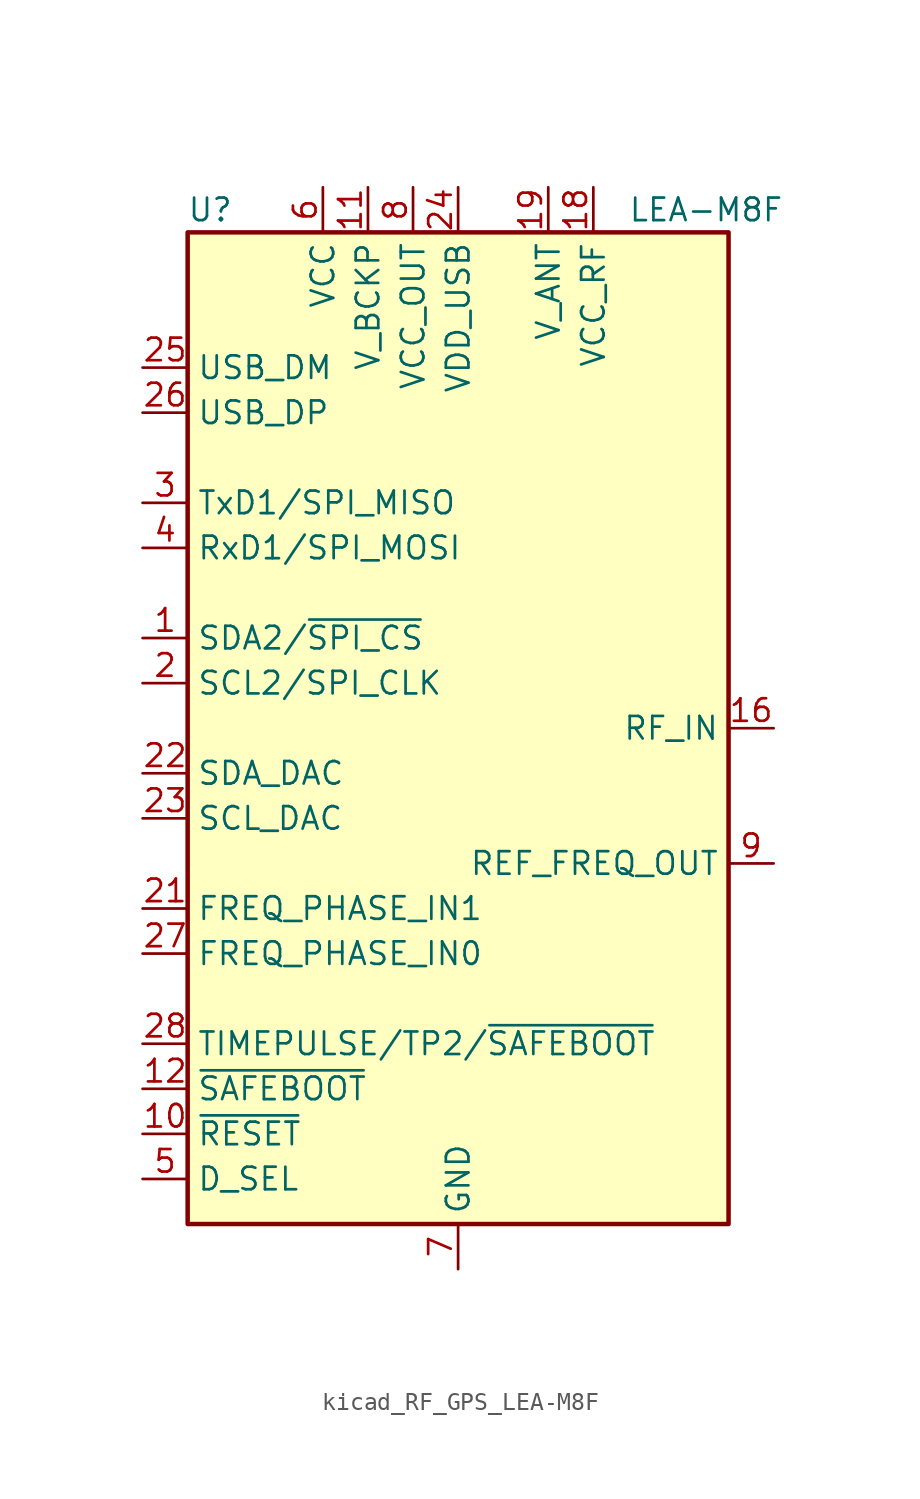
<source format=kicad_sym>
(kicad_symbol_lib
  (version 20220914)
  (generator kicad_symbol_editor)
  (symbol "kicad_RF_GPS_LEA-M8F"
    (property "Reference" "U"
      (at -13.97 29.21 0)
      (effects (font (size 1.27 1.27))))
    (property "Value" "LEA-M8F"
      (at 13.97 29.21 0)
      (effects (font (size 1.27 1.27))))
    (symbol "kicad_RF_GPS_LEA-M8F_0_1"
      (rectangle (start -15.24 27.94) (end 15.24 -27.94) (stroke (width 0.254) (type default)) (fill (type background))))
    (symbol "kicad_RF_GPS_LEA-M8F_1_1"
      (pin bidirectional line (at -17.78 5.08 0) (length 2.54) (name "SDA2/~{SPI_CS}" (effects (font (size 1.27 1.27)))) (number "1" (effects (font (size 1.27 1.27)))))
      (pin input line (at -17.78 -22.86 0) (length 2.54) (name "~{RESET}" (effects (font (size 1.27 1.27)))) (number "10" (effects (font (size 1.27 1.27)))))
      (pin power_in line (at -5.08 30.48 270) (length 2.54) (name "V_BCKP" (effects (font (size 1.27 1.27)))) (number "11" (effects (font (size 1.27 1.27)))))
      (pin input line (at -17.78 -20.32 0) (length 2.54) (name "~{SAFEBOOT}" (effects (font (size 1.27 1.27)))) (number "12" (effects (font (size 1.27 1.27)))))
      (pin passive line (at 0 -30.48 90) (length 2.54) hide (name "GND" (effects (font (size 1.27 1.27)))) (number "13" (effects (font (size 1.27 1.27)))))
      (pin passive line (at 0 -30.48 90) (length 2.54) hide (name "GND" (effects (font (size 1.27 1.27)))) (number "14" (effects (font (size 1.27 1.27)))))
      (pin passive line (at 0 -30.48 90) (length 2.54) hide (name "GND" (effects (font (size 1.27 1.27)))) (number "15" (effects (font (size 1.27 1.27)))))
      (pin input line (at 17.78 0 180) (length 2.54) (name "RF_IN" (effects (font (size 1.27 1.27)))) (number "16" (effects (font (size 1.27 1.27)))))
      (pin passive line (at 0 -30.48 90) (length 2.54) hide (name "GND" (effects (font (size 1.27 1.27)))) (number "17" (effects (font (size 1.27 1.27)))))
      (pin power_out line (at 7.62 30.48 270) (length 2.54) (name "VCC_RF" (effects (font (size 1.27 1.27)))) (number "18" (effects (font (size 1.27 1.27)))))
      (pin power_in line (at 5.08 30.48 270) (length 2.54) (name "V_ANT" (effects (font (size 1.27 1.27)))) (number "19" (effects (font (size 1.27 1.27)))))
      (pin input line (at -17.78 2.54 0) (length 2.54) (name "SCL2/SPI_CLK" (effects (font (size 1.27 1.27)))) (number "2" (effects (font (size 1.27 1.27)))))
      (pin no_connect line (at 15.24 2.54 180) (length 2.54) hide (name "RESERVED" (effects (font (size 1.27 1.27)))) (number "20" (effects (font (size 1.27 1.27)))))
      (pin input line (at -17.78 -10.16 0) (length 2.54) (name "FREQ_PHASE_IN1" (effects (font (size 1.27 1.27)))) (number "21" (effects (font (size 1.27 1.27)))))
      (pin bidirectional line (at -17.78 -2.54 0) (length 2.54) (name "SDA_DAC" (effects (font (size 1.27 1.27)))) (number "22" (effects (font (size 1.27 1.27)))))
      (pin output line (at -17.78 -5.08 0) (length 2.54) (name "SCL_DAC" (effects (font (size 1.27 1.27)))) (number "23" (effects (font (size 1.27 1.27)))))
      (pin power_in line (at 0 30.48 270) (length 2.54) (name "VDD_USB" (effects (font (size 1.27 1.27)))) (number "24" (effects (font (size 1.27 1.27)))))
      (pin bidirectional line (at -17.78 20.32 0) (length 2.54) (name "USB_DM" (effects (font (size 1.27 1.27)))) (number "25" (effects (font (size 1.27 1.27)))))
      (pin bidirectional line (at -17.78 17.78 0) (length 2.54) (name "USB_DP" (effects (font (size 1.27 1.27)))) (number "26" (effects (font (size 1.27 1.27)))))
      (pin input line (at -17.78 -12.7 0) (length 2.54) (name "FREQ_PHASE_IN0" (effects (font (size 1.27 1.27)))) (number "27" (effects (font (size 1.27 1.27)))))
      (pin bidirectional line (at -17.78 -17.78 0) (length 2.54) (name "TIMEPULSE/TP2/~{SAFEBOOT}" (effects (font (size 1.27 1.27)))) (number "28" (effects (font (size 1.27 1.27)))))
      (pin output line (at -17.78 12.7 0) (length 2.54) (name "TxD1/SPI_MISO" (effects (font (size 1.27 1.27)))) (number "3" (effects (font (size 1.27 1.27)))))
      (pin input line (at -17.78 10.16 0) (length 2.54) (name "RxD1/SPI_MOSI" (effects (font (size 1.27 1.27)))) (number "4" (effects (font (size 1.27 1.27)))))
      (pin input line (at -17.78 -25.4 0) (length 2.54) (name "D_SEL" (effects (font (size 1.27 1.27)))) (number "5" (effects (font (size 1.27 1.27)))))
      (pin power_in line (at -7.62 30.48 270) (length 2.54) (name "VCC" (effects (font (size 1.27 1.27)))) (number "6" (effects (font (size 1.27 1.27)))))
      (pin power_in line (at 0 -30.48 90) (length 2.54) (name "GND" (effects (font (size 1.27 1.27)))) (number "7" (effects (font (size 1.27 1.27)))))
      (pin power_out line (at -2.54 30.48 270) (length 2.54) (name "VCC_OUT" (effects (font (size 1.27 1.27)))) (number "8" (effects (font (size 1.27 1.27)))))
      (pin output line (at 17.78 -7.62 180) (length 2.54) (name "REF_FREQ_OUT" (effects (font (size 1.27 1.27)))) (number "9" (effects (font (size 1.27 1.27))))))))
</source>
